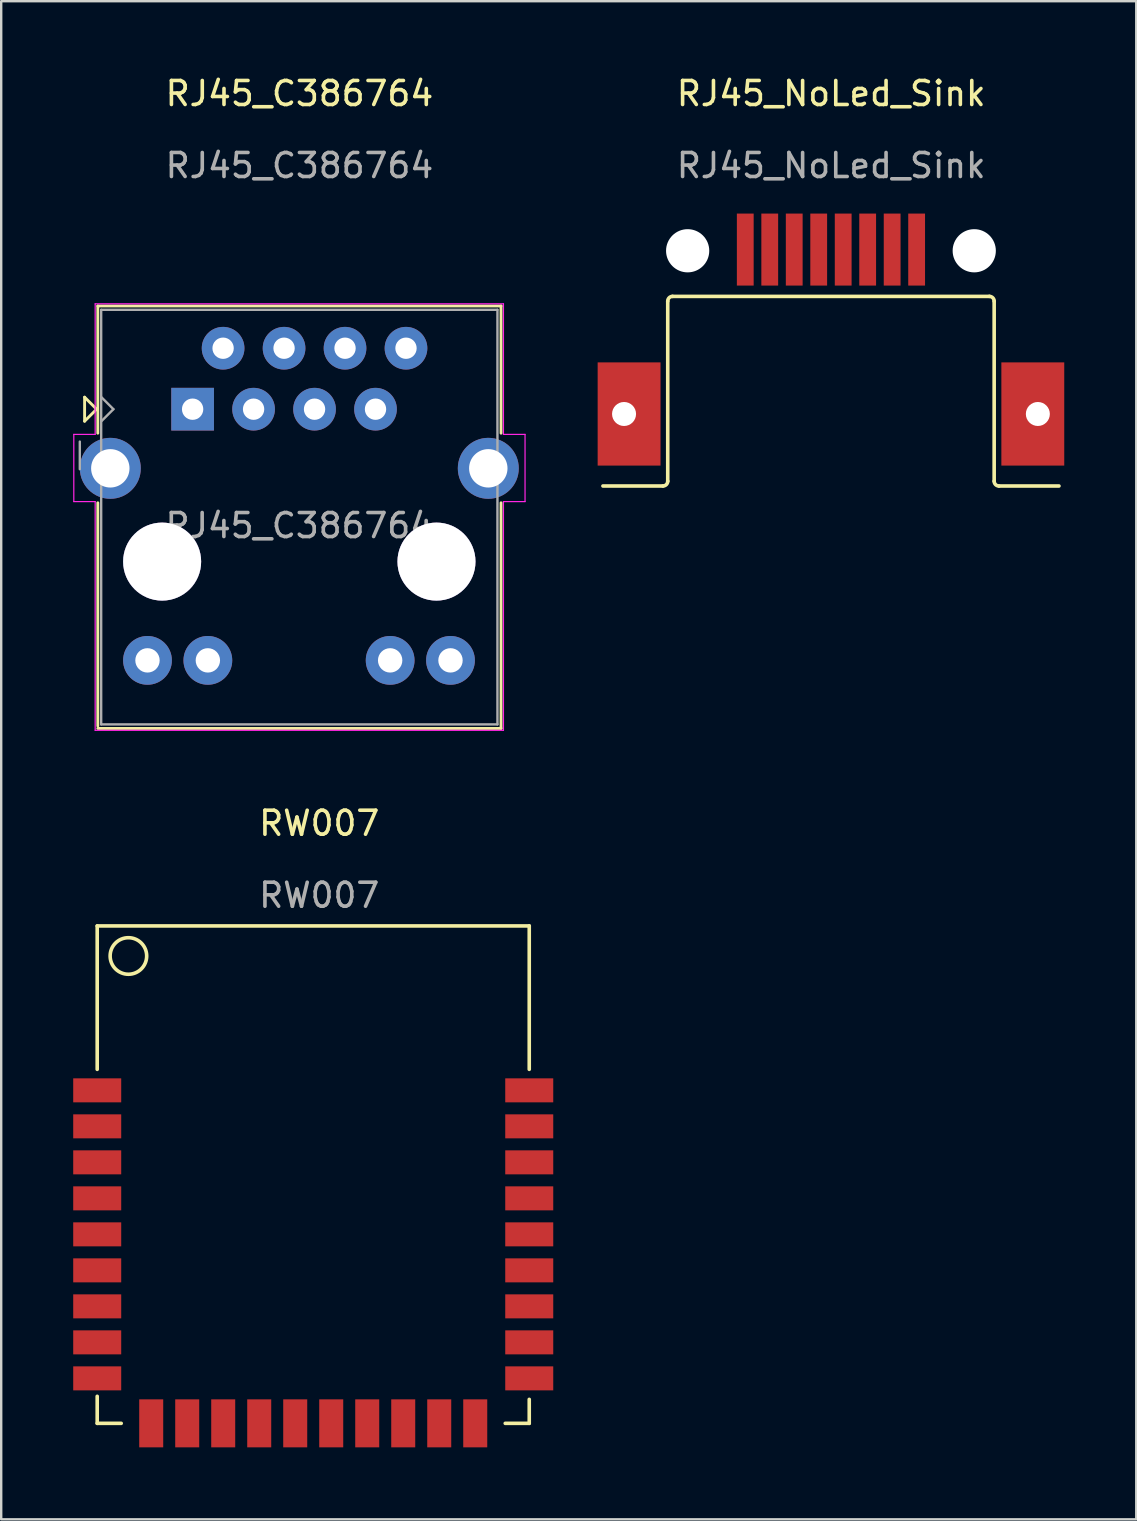
<source format=kicad_pcb>
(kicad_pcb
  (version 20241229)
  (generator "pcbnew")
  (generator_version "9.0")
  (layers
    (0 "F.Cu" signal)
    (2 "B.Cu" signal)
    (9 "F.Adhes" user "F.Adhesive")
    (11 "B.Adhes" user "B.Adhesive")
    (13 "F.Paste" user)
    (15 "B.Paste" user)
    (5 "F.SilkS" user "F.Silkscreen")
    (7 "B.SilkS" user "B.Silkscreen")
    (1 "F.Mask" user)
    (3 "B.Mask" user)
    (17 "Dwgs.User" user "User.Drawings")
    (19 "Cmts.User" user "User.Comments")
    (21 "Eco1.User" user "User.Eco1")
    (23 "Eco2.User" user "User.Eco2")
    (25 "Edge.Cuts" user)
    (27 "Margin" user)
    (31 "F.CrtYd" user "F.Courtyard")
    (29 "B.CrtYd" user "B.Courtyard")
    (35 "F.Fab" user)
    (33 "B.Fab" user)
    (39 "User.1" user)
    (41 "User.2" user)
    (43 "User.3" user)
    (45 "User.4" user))
  (footprint "RJ45_NoLed_Sink"
    (layer "F.Cu")
    (at 31.58 1.348)
    (property "Reference" "RJ45_NoLed_Sink" (at 0 -0.5 0) (unlocked yes) (layer "F.SilkS") (effects (font (size 1 1) (thickness 0.15))))
    (attr smd)
    (fp_line (start -9.51 15.85) (end -7.01 15.85) (stroke (width 0.15) (type solid)) (layer "F.SilkS"))
    (fp_line (start -6.81 15.65) (end -6.81 8.15) (stroke (width 0.15) (type solid)) (layer "F.SilkS"))
    (fp_line (start -6.61 7.95) (end 6.59 7.95) (stroke (width 0.15) (type solid)) (layer "F.SilkS"))
    (fp_line (start 6.79 15.65) (end 6.79 8.15) (stroke (width 0.15) (type solid)) (layer "F.SilkS"))
    (fp_line (start 6.99 15.85) (end 9.49 15.85) (stroke (width 0.15) (type solid)) (layer "F.SilkS"))
    (fp_arc (start -6.81 8.15) (mid -6.751421 8.008579) (end -6.61 7.95) (stroke (width 0.15) (type solid)) (layer "F.SilkS"))
    (fp_arc (start -6.81 15.65) (mid -6.868579 15.791421) (end -7.01 15.85) (stroke (width 0.15) (type solid)) (layer "F.SilkS"))
    (fp_arc (start 6.59 7.95) (mid 6.731421 8.008579) (end 6.79 8.15) (stroke (width 0.15) (type solid)) (layer "F.SilkS"))
    (fp_arc (start 6.99 15.85) (mid 6.848579 15.791421) (end 6.79 15.65) (stroke (width 0.15) (type solid)) (layer "F.SilkS"))
    (fp_text user "${REFERENCE}" (at 0 2.5 0) (unlocked yes) (layer "F.Fab") (effects (font (size 1 1) (thickness 0.15))))
    (pad "" np_thru_hole circle (at -8.63 12.85 180) (size 1 1) (drill 1) (layers "*.Cu" "*.Mask"))
    (pad "" np_thru_hole circle (at -5.98 6.05 180) (size 1.8 1.8) (drill 1.8) (layers "*.Cu" "*.Mask"))
    (pad "" np_thru_hole circle (at 5.96 6.05 180) (size 1.8 1.8) (drill 1.8) (layers "*.Cu" "*.Mask"))
    (pad "" np_thru_hole circle (at 8.61 12.85 180) (size 1 1) (drill 1) (layers "*.Cu" "*.Mask"))
    (pad "1" smd rect (at -3.58 6) (size 0.7 3) (layers "F.Cu" "F.Mask" "F.Paste"))
    (pad "2" smd rect (at -2.56 6) (size 0.7 3) (layers "F.Cu" "F.Mask" "F.Paste"))
    (pad "3" smd rect (at -1.54 6) (size 0.7 3) (layers "F.Cu" "F.Mask" "F.Paste"))
    (pad "4" smd rect (at -0.52 6) (size 0.7 3) (layers "F.Cu" "F.Mask" "F.Paste"))
    (pad "5" smd rect (at 0.5 6) (size 0.7 3) (layers "F.Cu" "F.Mask" "F.Paste"))
    (pad "6" smd rect (at 1.52 6) (size 0.7 3) (layers "F.Cu" "F.Mask" "F.Paste"))
    (pad "7" smd rect (at 2.54 6) (size 0.7 3) (layers "F.Cu" "F.Mask" "F.Paste"))
    (pad "8" smd rect (at 3.56 6) (size 0.7 3) (layers "F.Cu" "F.Mask" "F.Paste"))
    (pad "9" smd rect (at -8.42 12.85) (size 2.62 4.3) (layers "F.Cu" "F.Mask" "F.Paste"))
    (pad "10" smd rect (at 8.4 12.85) (size 2.62 4.3) (layers "F.Cu" "F.Mask" "F.Paste")))
  (footprint "RJ45_C386764"
    (layer "F.Cu")
    (at 9.425 20.348)
    (property "Reference" "RJ45_C386764" (at 0 -19.5 0) (unlocked yes) (layer "F.SilkS") (effects (font (size 1 1) (thickness 0.15))))
    (attr smd)
    (fp_line (start -8.95 -6.85) (end -8.95 -5.85) (stroke (width 0.12) (type solid)) (layer "F.SilkS"))
    (fp_line (start -8.95 -5.85) (end -8.45 -6.35) (stroke (width 0.12) (type solid)) (layer "F.SilkS"))
    (fp_line (start -8.45 -6.35) (end -8.95 -6.85) (stroke (width 0.12) (type solid)) (layer "F.SilkS"))
    (fp_line (start -8.4 -10.65) (end -8.4 -5.35) (stroke (width 0.12) (type solid)) (layer "F.SilkS"))
    (fp_line (start -8.4 -10.65) (end 8.4 -10.65) (stroke (width 0.12) (type solid)) (layer "F.SilkS"))
    (fp_line (start -8.4 6.85) (end -8.4 -2.45) (stroke (width 0.12) (type solid)) (layer "F.SilkS"))
    (fp_line (start -8.4 6.95) (end 8.4 6.95) (stroke (width 0.12) (type solid)) (layer "F.SilkS"))
    (fp_line (start 8.4 -10.65) (end 8.4 -5.35) (stroke (width 0.12) (type solid)) (layer "F.SilkS"))
    (fp_line (start 8.4 6.95) (end 8.4 -2.45) (stroke (width 0.12) (type solid)) (layer "F.SilkS"))
    (fp_line (start -9.4 -2.5) (end -9.4 -5.3) (stroke (width 0.05) (type solid)) (layer "F.CrtYd"))
    (fp_line (start -8.51 -10.74) (end 8.5 -10.74) (stroke (width 0.05) (type solid)) (layer "F.CrtYd"))
    (fp_line (start -8.51 -5.3) (end -9.4 -5.3) (stroke (width 0.05) (type solid)) (layer "F.CrtYd"))
    (fp_line (start -8.51 -5.3) (end -8.51 -10.74) (stroke (width 0.05) (type solid)) (layer "F.CrtYd"))
    (fp_line (start -8.51 -2.5) (end -9.4 -2.5) (stroke (width 0.05) (type solid)) (layer "F.CrtYd"))
    (fp_line (start -8.51 7.03) (end -8.51 -2.5) (stroke (width 0.05) (type solid)) (layer "F.CrtYd"))
    (fp_line (start 8.5 -5.3) (end 8.5 -10.74) (stroke (width 0.05) (type solid)) (layer "F.CrtYd"))
    (fp_line (start 8.5 -5.3) (end 9.4 -5.3) (stroke (width 0.05) (type solid)) (layer "F.CrtYd"))
    (fp_line (start 8.5 -2.5) (end 8.5 7.03) (stroke (width 0.05) (type solid)) (layer "F.CrtYd"))
    (fp_line (start 8.5 -2.5) (end 9.4 -2.5) (stroke (width 0.05) (type solid)) (layer "F.CrtYd"))
    (fp_line (start 8.5 7.03) (end -8.51 7.03) (stroke (width 0.05) (type solid)) (layer "F.CrtYd"))
    (fp_line (start 9.4 -2.5) (end 9.4 -5.3) (stroke (width 0.05) (type solid)) (layer "F.CrtYd"))
    (fp_line (start -9.15 -3.85) (end -9.15 -5) (stroke (width 0.1) (type solid)) (layer "F.Fab"))
    (fp_line (start -8.26 -10.49) (end -8.26 6.782) (stroke (width 0.1) (type solid)) (layer "F.Fab"))
    (fp_line (start -8.26 -10.49) (end 8.25 -10.49) (stroke (width 0.1) (type solid)) (layer "F.Fab"))
    (fp_line (start -8.26 6.782) (end 8.25 6.782) (stroke (width 0.1) (type solid)) (layer "F.Fab"))
    (fp_line (start -8.25 -6.85) (end -7.75 -6.35) (stroke (width 0.1) (type solid)) (layer "F.Fab"))
    (fp_line (start -8.25 -5.85) (end -7.75 -6.35) (stroke (width 0.1) (type solid)) (layer "F.Fab"))
    (fp_line (start 8.25 -10.49) (end 8.25 6.782) (stroke (width 0.1) (type solid)) (layer "F.Fab"))
    (fp_text user "${REFERENCE}" (at -0.005 -1.5 0) (layer "F.Fab") (effects (font (size 1 1) (thickness 0.15))))
    (fp_text user "${REFERENCE}" (at 0 -16.5 0) (unlocked yes) (layer "F.Fab") (effects (font (size 1 1) (thickness 0.15))))
    (pad "" np_thru_hole circle (at -5.72 0) (size 3.251 3.251) (drill 3.25) (layers "*.Cu" "*.Mask"))
    (pad "" np_thru_hole circle (at 5.71 0) (size 3.251 3.251) (drill 3.25) (layers "*.Cu" "*.Mask"))
    (pad "1" thru_hole rect (at -4.45 -6.35) (size 1.778 1.778) (drill 0.889) (layers "*.Cu" "*.Mask"))
    (pad "2" thru_hole circle (at -3.18 -8.89) (size 1.778 1.778) (drill 0.889) (layers "*.Cu" "*.Mask"))
    (pad "3" thru_hole circle (at -1.91 -6.35) (size 1.778 1.778) (drill 0.889) (layers "*.Cu" "*.Mask"))
    (pad "4" thru_hole circle (at -0.64 -8.89) (size 1.778 1.778) (drill 0.889) (layers "*.Cu" "*.Mask"))
    (pad "5" thru_hole circle (at 0.63 -6.35) (size 1.778 1.778) (drill 0.889) (layers "*.Cu" "*.Mask"))
    (pad "6" thru_hole circle (at 1.9 -8.89) (size 1.778 1.778) (drill 0.889) (layers "*.Cu" "*.Mask"))
    (pad "7" thru_hole circle (at 3.17 -6.35) (size 1.778 1.778) (drill 0.889) (layers "*.Cu" "*.Mask"))
    (pad "8" thru_hole circle (at 4.44 -8.89) (size 1.778 1.778) (drill 0.889) (layers "*.Cu" "*.Mask"))
    (pad "9" thru_hole circle (at 6.294 4.115) (size 2.032 2.032) (drill 1.016) (layers "*.Cu" "*.Mask"))
    (pad "10" thru_hole circle (at 3.78 4.115) (size 2.032 2.032) (drill 1.016) (layers "*.Cu" "*.Mask"))
    (pad "11" thru_hole circle (at -3.815 4.115) (size 2.032 2.032) (drill 1.016) (layers "*.Cu" "*.Mask"))
    (pad "12" thru_hole circle (at -6.33 4.115) (size 2.032 2.032) (drill 1.016) (layers "*.Cu" "*.Mask"))
    (pad "SH" thru_hole circle (at -7.879 -3.886) (size 2.54 2.54) (drill 1.6) (layers "*.Cu" "*.Mask"))
    (pad "SH" thru_hole circle (at 7.869 -3.886) (size 2.54 2.54) (drill 1.6) (layers "*.Cu" "*.Mask")))
  (footprint "RW007"
    (layer "F.Cu")
    (at 10 35.527)
    (property "Reference" "RW007" (at 0.25 -4.276 0) (unlocked yes) (layer "F.SilkS") (effects (font (size 1 1) (thickness 0.15))))
    (attr smd)
    (fp_line (start -9 0) (end 9 0) (stroke (width 0.15) (type solid)) (layer "F.SilkS"))
    (fp_line (start -9 5.975) (end -9 0) (stroke (width 0.15) (type solid)) (layer "F.SilkS"))
    (fp_line (start -9 20.724) (end -9 19.598) (stroke (width 0.15) (type solid)) (layer "F.SilkS"))
    (fp_line (start -9 20.724) (end -8 20.724) (stroke (width 0.15) (type solid)) (layer "F.SilkS"))
    (fp_line (start 8 20.724) (end 9 20.724) (stroke (width 0.15) (type solid)) (layer "F.SilkS"))
    (fp_line (start 9 5.975) (end 9 0) (stroke (width 0.15) (type solid)) (layer "F.SilkS"))
    (fp_line (start 9 20.724) (end 9 19.725) (stroke (width 0.15) (type solid)) (layer "F.SilkS"))
    (fp_arc (start -6.938528 1.254175) (mid -8.461444 1.248362) (end -6.938518 1.250188) (stroke (width 0.15) (type solid)) (layer "F.SilkS"))
    (fp_text user "${REFERENCE}" (at 0.25 -1.276 0) (unlocked yes) (layer "F.Fab") (effects (font (size 1 1) (thickness 0.15))))
    (pad "1" smd rect (at -9 6.85) (size 2 1) (layers "F.Cu" "F.Mask" "F.Paste"))
    (pad "2" smd rect (at -9 8.35) (size 2 1) (layers "F.Cu" "F.Mask" "F.Paste"))
    (pad "3" smd rect (at -9 9.85) (size 2 1) (layers "F.Cu" "F.Mask" "F.Paste"))
    (pad "4" smd rect (at -9 11.35) (size 2 1) (layers "F.Cu" "F.Mask" "F.Paste"))
    (pad "5" smd rect (at -9 12.85) (size 2 1) (layers "F.Cu" "F.Mask" "F.Paste"))
    (pad "6" smd rect (at -9 14.35) (size 2 1) (layers "F.Cu" "F.Mask" "F.Paste"))
    (pad "7" smd rect (at -9 15.85) (size 2 1) (layers "F.Cu" "F.Mask" "F.Paste"))
    (pad "8" smd rect (at -9 17.35) (size 2 1) (layers "F.Cu" "F.Mask" "F.Paste"))
    (pad "9" smd rect (at -9 18.85) (size 2 1) (layers "F.Cu" "F.Mask" "F.Paste"))
    (pad "10" smd rect (at 9 18.85) (size 2 1) (layers "F.Cu" "F.Mask" "F.Paste"))
    (pad "11" smd rect (at 9 17.35) (size 2 1) (layers "F.Cu" "F.Mask" "F.Paste"))
    (pad "12" smd rect (at 9 15.85) (size 2 1) (layers "F.Cu" "F.Mask" "F.Paste"))
    (pad "13" smd rect (at 9 14.35) (size 2 1) (layers "F.Cu" "F.Mask" "F.Paste"))
    (pad "14" smd rect (at 9 12.85) (size 2 1) (layers "F.Cu" "F.Mask" "F.Paste"))
    (pad "15" smd rect (at 9 11.35) (size 2 1) (layers "F.Cu" "F.Mask" "F.Paste"))
    (pad "16" smd rect (at 9 9.85) (size 2 1) (layers "F.Cu" "F.Mask" "F.Paste"))
    (pad "17" smd rect (at 9 8.35) (size 2 1) (layers "F.Cu" "F.Mask" "F.Paste"))
    (pad "18" smd rect (at 9 6.85) (size 2 1) (layers "F.Cu" "F.Mask" "F.Paste"))
    (pad "19" smd rect (at -6.75 20.724 90) (size 2 1) (layers "F.Cu" "F.Mask" "F.Paste"))
    (pad "20" smd rect (at -5.25 20.724 90) (size 2 1) (layers "F.Cu" "F.Mask" "F.Paste"))
    (pad "21" smd rect (at -3.75 20.724 90) (size 2 1) (layers "F.Cu" "F.Mask" "F.Paste"))
    (pad "22" smd rect (at -2.25 20.724 90) (size 2 1) (layers "F.Cu" "F.Mask" "F.Paste"))
    (pad "23" smd rect (at -0.75 20.724 90) (size 2 1) (layers "F.Cu" "F.Mask" "F.Paste"))
    (pad "24" smd rect (at 0.75 20.724 90) (size 2 1) (layers "F.Cu" "F.Mask" "F.Paste"))
    (pad "25" smd rect (at 2.25 20.724 90) (size 2 1) (layers "F.Cu" "F.Mask" "F.Paste"))
    (pad "26" smd rect (at 3.75 20.724 90) (size 2 1) (layers "F.Cu" "F.Mask" "F.Paste"))
    (pad "27" smd rect (at 5.25 20.724 90) (size 2 1) (layers "F.Cu" "F.Mask" "F.Paste"))
    (pad "28" smd rect (at 6.75 20.724 90) (size 2 1) (layers "F.Cu" "F.Mask" "F.Paste")))
  (gr_rect
    (start -3 -3)
    (end 44.29 60.251)
    (stroke (width 0.1) (type default))
    (fill no)
    (layer "Edge.Cuts")))
</source>
